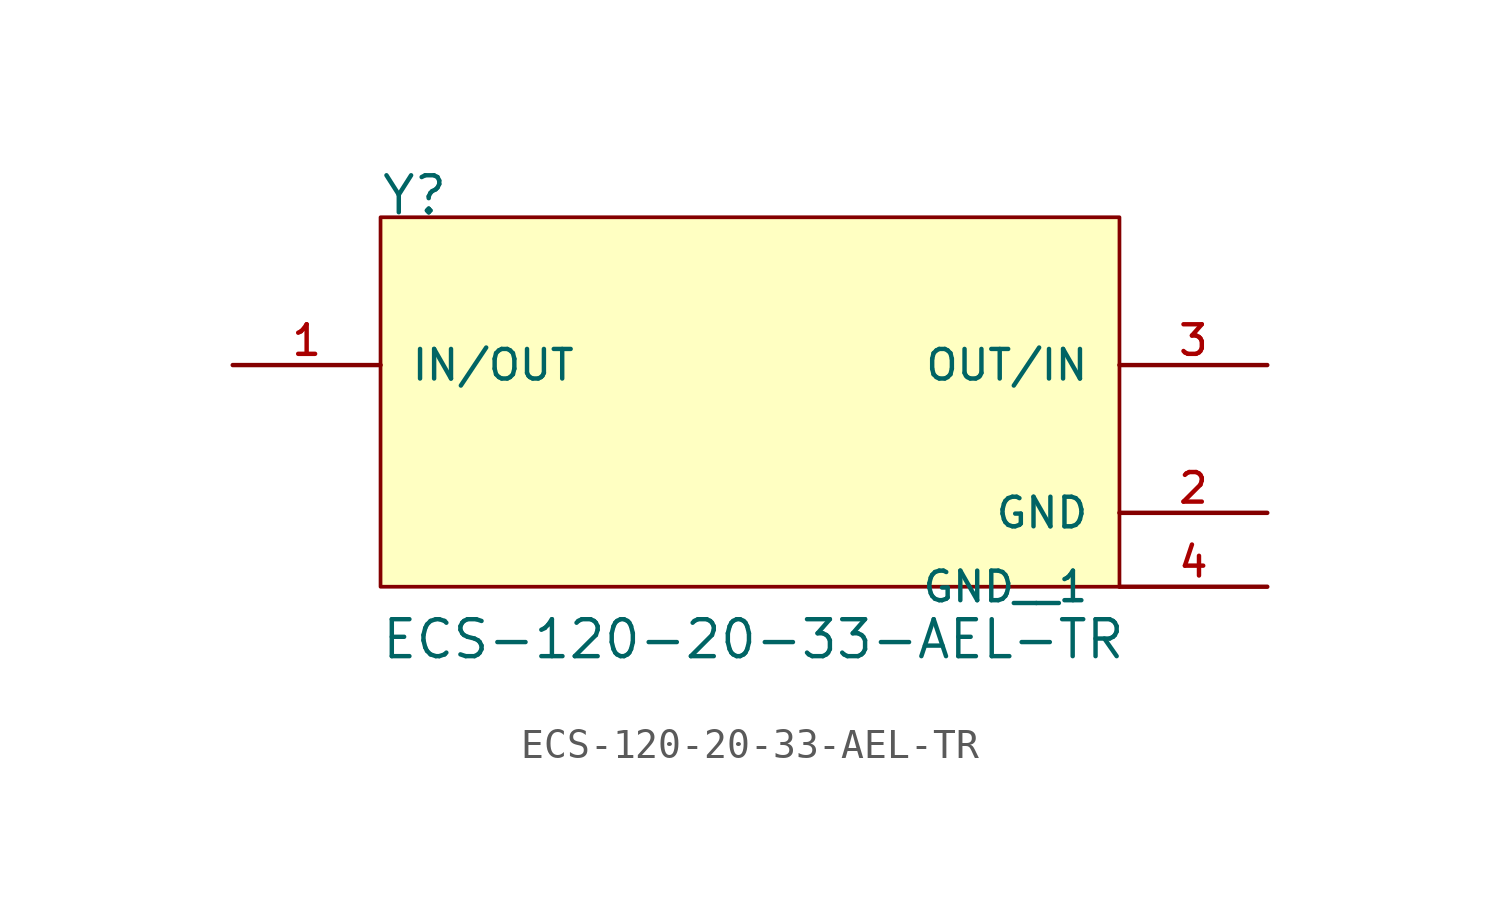
<source format=kicad_sym>
(kicad_symbol_lib
  (version 20211014)
  (generator kicad_symbol_editor)
  (symbol "ECS-120-20-33-AEL-TR"
    (pin_names
      (offset 1.016))
    (property "Reference" "Y"
      (at -12.717 7.63 0)
      (effects (font (size 1.27 1.27)) (justify bottom left)))
    (property "Value" "ECS-120-20-33-AEL-TR"
      (at -12.715 -7.629 0)
      (effects (font (size 1.27 1.27)) (justify bottom left)))
    (symbol "ECS-120-20-33-AEL-TR_0_0"
      (rectangle (start -12.7 -5.08) (end 12.7 7.62) (stroke (width 0.127)) (fill (type background)))
      (pin bidirectional line (at 17.78 2.54 180.0) (length 5.08) (name "OUT/IN" (effects (font (size 1.016 1.016)))) (number "3" (effects (font (size 1.016 1.016)))))
      (pin bidirectional line (at -17.78 2.54 0) (length 5.08) (name "IN/OUT" (effects (font (size 1.016 1.016)))) (number "1" (effects (font (size 1.016 1.016)))))
      (pin power_in line (at 17.78 -2.54 180.0) (length 5.08) (name "GND" (effects (font (size 1.016 1.016)))) (number "2" (effects (font (size 1.016 1.016)))))
      (pin power_in line (at 17.78 -5.08 180.0) (length 5.08) (name "GND__1" (effects (font (size 1.016 1.016)))) (number "4" (effects (font (size 1.016 1.016))))))))
</source>
